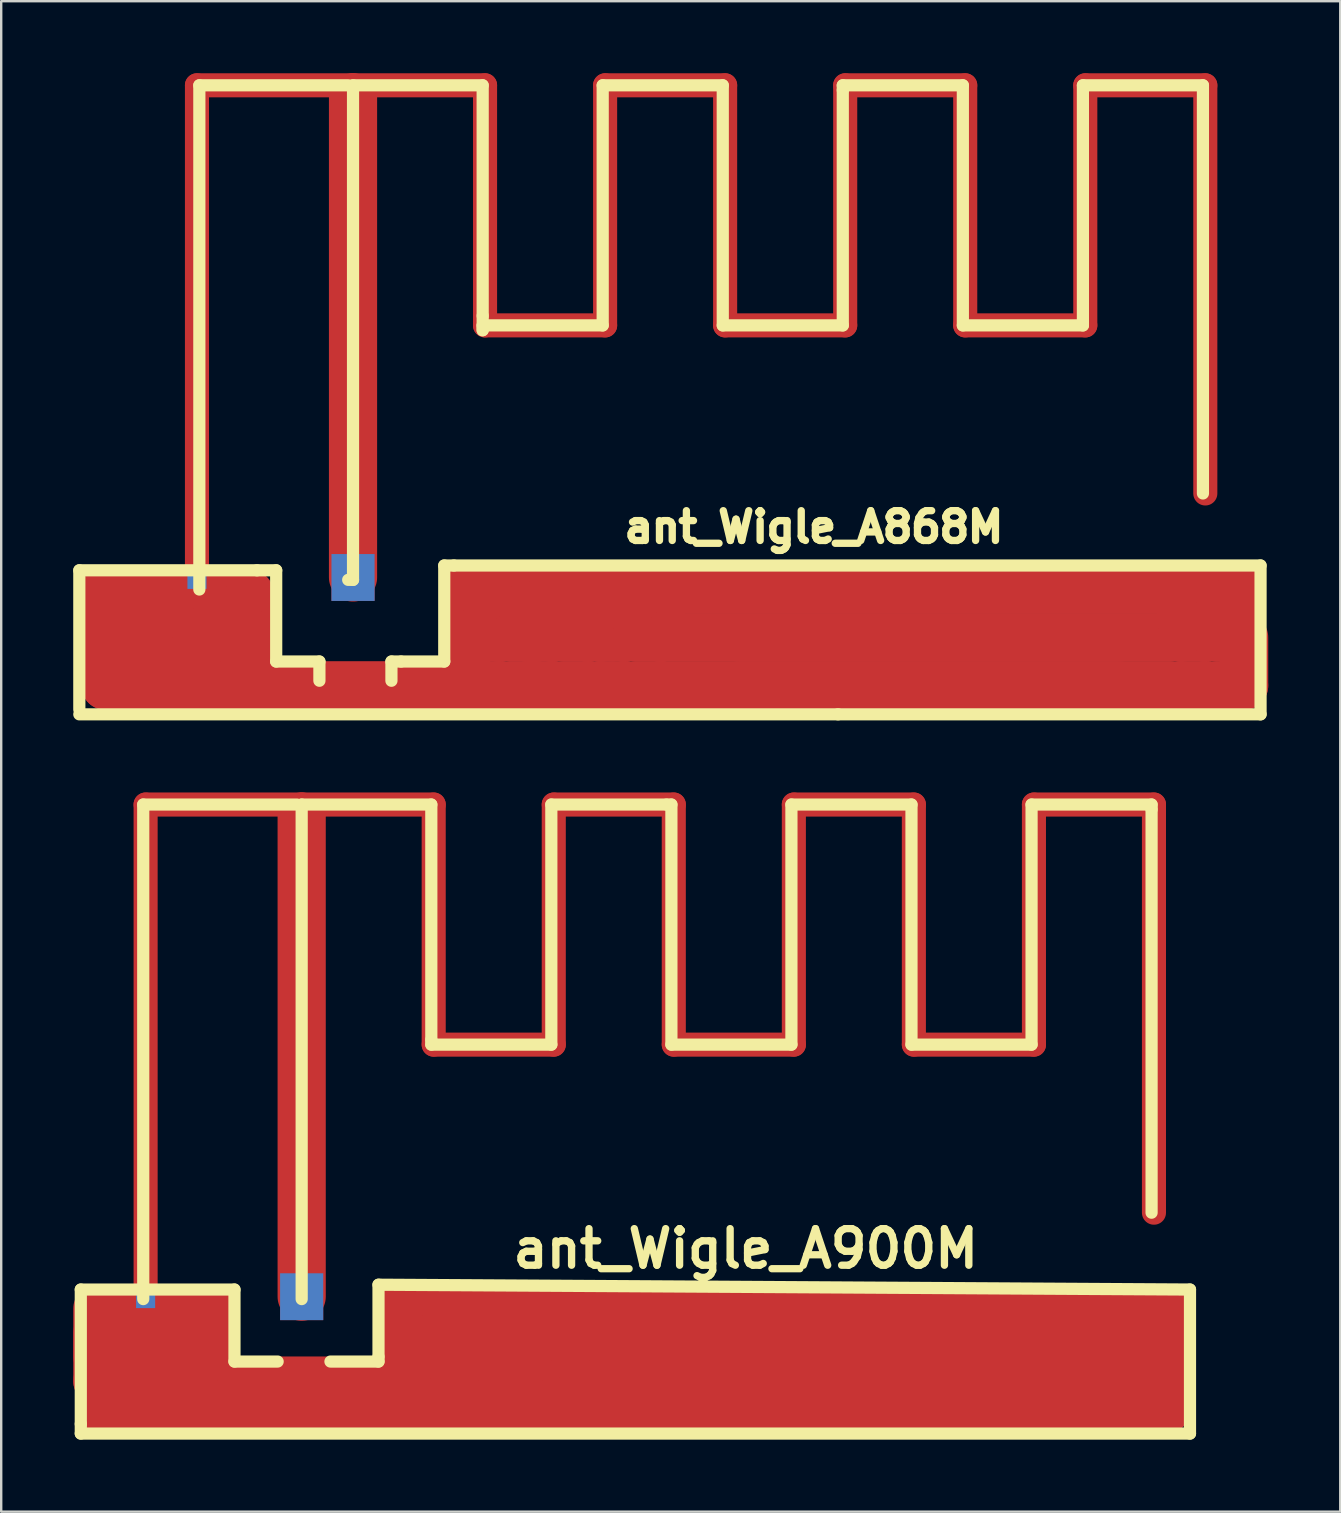
<source format=kicad_pcb>
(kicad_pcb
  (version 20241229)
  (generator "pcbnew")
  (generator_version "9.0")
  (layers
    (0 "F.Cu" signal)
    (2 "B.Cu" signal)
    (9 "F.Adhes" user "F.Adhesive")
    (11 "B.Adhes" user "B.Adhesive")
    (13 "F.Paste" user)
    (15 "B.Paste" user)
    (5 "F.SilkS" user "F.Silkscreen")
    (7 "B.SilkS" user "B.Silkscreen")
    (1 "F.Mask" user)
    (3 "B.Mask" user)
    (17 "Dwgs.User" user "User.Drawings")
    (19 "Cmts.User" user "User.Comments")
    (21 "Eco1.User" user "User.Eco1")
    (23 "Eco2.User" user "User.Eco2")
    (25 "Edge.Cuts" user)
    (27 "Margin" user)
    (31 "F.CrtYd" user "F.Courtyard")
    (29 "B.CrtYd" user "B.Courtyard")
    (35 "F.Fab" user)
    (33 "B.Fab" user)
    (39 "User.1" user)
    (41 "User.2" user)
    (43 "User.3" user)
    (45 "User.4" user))
  (footprint "ant_Wigle_A900M"
    (layer "F.Cu")
    (at 9.515 50.46)
    (property "Reference" "ant_Wigle_A900M" (at 18.499 -1.501 0) (layer "F.SilkS") (effects (font (size 1.524 1.524) (thickness 0.305))))
    (attr through_hole)
    (fp_line (start -8.499 1.001) (end -8.499 3) (stroke (width 2.032) (type solid)) (layer "F.Cu"))
    (fp_line (start -8.499 2.002) (end -8.499 4) (stroke (width 2.032) (type solid)) (layer "F.Cu"))
    (fp_line (start -8.499 4.006) (end 12.502 4.006) (stroke (width 2.032) (type solid)) (layer "F.Cu"))
    (fp_line (start -8.4 3.198) (end -8.4 5.197) (stroke (width 2.032) (type solid)) (layer "F.Cu"))
    (fp_line (start -8.298 5.204) (end 12.703 5.204) (stroke (width 2.032) (type solid)) (layer "F.Cu"))
    (fp_line (start -7 0.998) (end -8.001 0.998) (stroke (width 2.032) (type solid)) (layer "F.Cu"))
    (fp_line (start -6.899 1.001) (end -6.899 3) (stroke (width 2.032) (type solid)) (layer "F.Cu"))
    (fp_line (start -6.5 -20) (end -6.5 1.001) (stroke (width 1.003) (type solid)) (layer "F.Cu"))
    (fp_line (start -6.401 0.998) (end -5.4 0.998) (stroke (width 2.032) (type solid)) (layer "F.Cu"))
    (fp_line (start -5.1 1.001) (end -5.1 3) (stroke (width 2.032) (type solid)) (layer "F.Cu"))
    (fp_line (start -4.801 0.998) (end -3.8 0.998) (stroke (width 2.032) (type solid)) (layer "F.Cu"))
    (fp_line (start -3.701 1.003) (end -3.701 3.002) (stroke (width 2.032) (type solid)) (layer "F.Cu"))
    (fp_line (start 0 -20) (end -6.5 -20) (stroke (width 1.003) (type solid)) (layer "F.Cu"))
    (fp_line (start 0 -20) (end 5.499 -20) (stroke (width 1.003) (type solid)) (layer "F.Cu"))
    (fp_line (start 0 0.5) (end 0 -19.5) (stroke (width 2.007) (type solid)) (layer "F.Cu"))
    (fp_line (start 4 1.001) (end 4 3) (stroke (width 2.032) (type solid)) (layer "F.Cu"))
    (fp_line (start 5.199 0.998) (end 4.199 0.998) (stroke (width 2.032) (type solid)) (layer "F.Cu"))
    (fp_line (start 5.499 -20) (end 5.499 -10) (stroke (width 1.003) (type solid)) (layer "F.Cu"))
    (fp_line (start 5.499 -10) (end 10.5 -10) (stroke (width 1.003) (type solid)) (layer "F.Cu"))
    (fp_line (start 5.799 0.998) (end 5.799 2.997) (stroke (width 2.032) (type solid)) (layer "F.Cu"))
    (fp_line (start 7 0.998) (end 5.999 0.998) (stroke (width 2.032) (type solid)) (layer "F.Cu"))
    (fp_line (start 7.198 0.998) (end 7.198 2.997) (stroke (width 2.032) (type solid)) (layer "F.Cu"))
    (fp_line (start 8.4 0.998) (end 7.399 0.998) (stroke (width 2.032) (type solid)) (layer "F.Cu"))
    (fp_line (start 8.799 0.998) (end 8.799 2.997) (stroke (width 2.032) (type solid)) (layer "F.Cu"))
    (fp_line (start 10 0.998) (end 8.999 0.998) (stroke (width 2.032) (type solid)) (layer "F.Cu"))
    (fp_line (start 10.198 0.998) (end 10.198 2.997) (stroke (width 2.032) (type solid)) (layer "F.Cu"))
    (fp_line (start 10.5 -10) (end 10.5 -20) (stroke (width 1.003) (type solid)) (layer "F.Cu"))
    (fp_line (start 11.199 0.998) (end 10.198 0.998) (stroke (width 2.032) (type solid)) (layer "F.Cu"))
    (fp_line (start 11.4 0.998) (end 11.4 2.997) (stroke (width 2.032) (type solid)) (layer "F.Cu"))
    (fp_line (start 11.6 0.998) (end 12.601 0.998) (stroke (width 2.032) (type solid)) (layer "F.Cu"))
    (fp_line (start 12.799 0.998) (end 12.799 2.997) (stroke (width 2.032) (type solid)) (layer "F.Cu"))
    (fp_line (start 13 1.001) (end 34 1.001) (stroke (width 2.032) (type solid)) (layer "F.Cu"))
    (fp_line (start 13 3) (end 34 3) (stroke (width 2.032) (type solid)) (layer "F.Cu"))
    (fp_line (start 13.2 4.199) (end 34.201 4.199) (stroke (width 2.032) (type solid)) (layer "F.Cu"))
    (fp_line (start 13.2 5.199) (end 34.201 5.199) (stroke (width 2.032) (type solid)) (layer "F.Cu"))
    (fp_line (start 15.499 -20) (end 10.5 -20) (stroke (width 1.003) (type solid)) (layer "F.Cu"))
    (fp_line (start 15.499 -20) (end 15.499 -10) (stroke (width 1.003) (type solid)) (layer "F.Cu"))
    (fp_line (start 15.499 -10) (end 20.5 -10) (stroke (width 1.003) (type solid)) (layer "F.Cu"))
    (fp_line (start 20.5 -20) (end 25.499 -20) (stroke (width 1.003) (type solid)) (layer "F.Cu"))
    (fp_line (start 20.5 -10) (end 20.5 -20) (stroke (width 1.003) (type solid)) (layer "F.Cu"))
    (fp_line (start 25.499 -20) (end 25.499 -10) (stroke (width 1.003) (type solid)) (layer "F.Cu"))
    (fp_line (start 30.5 -20) (end 35.499 -20) (stroke (width 1.003) (type solid)) (layer "F.Cu"))
    (fp_line (start 30.5 -10) (end 25.499 -10) (stroke (width 1.003) (type solid)) (layer "F.Cu"))
    (fp_line (start 30.5 -10) (end 30.5 -20) (stroke (width 1.003) (type solid)) (layer "F.Cu"))
    (fp_line (start 34.501 1.001) (end 34.501 3) (stroke (width 2.032) (type solid)) (layer "F.Cu"))
    (fp_line (start 34.501 1.001) (end 35.502 1.001) (stroke (width 2.032) (type solid)) (layer "F.Cu"))
    (fp_line (start 34.701 2.2) (end 34.701 4.199) (stroke (width 2.032) (type solid)) (layer "F.Cu"))
    (fp_line (start 35.499 -20) (end 35.499 -3) (stroke (width 1.003) (type solid)) (layer "F.Cu"))
    (fp_line (start 35.499 0.998) (end 35.499 2.997) (stroke (width 2.032) (type solid)) (layer "F.Cu"))
    (fp_line (start 35.502 1.001) (end 35.502 3) (stroke (width 2.032) (type solid)) (layer "F.Cu"))
    (fp_line (start 35.502 3) (end 34.501 3) (stroke (width 2.032) (type solid)) (layer "F.Cu"))
    (fp_line (start 35.702 4.199) (end 34.701 4.199) (stroke (width 2.032) (type solid)) (layer "F.Cu"))
    (fp_line (start 35.702 5.199) (end 34.701 5.199) (stroke (width 2.032) (type solid)) (layer "F.Cu"))
    (fp_line (start 35.999 0.996) (end 35.999 2.995) (stroke (width 2.032) (type solid)) (layer "F.Cu"))
    (fp_line (start 35.999 3.198) (end 35.999 5.197) (stroke (width 2.032) (type solid)) (layer "F.Cu"))
    (fp_line (start -9.2 0.201) (end -9.2 5.799) (stroke (width 0.508) (type solid)) (layer "F.SilkS"))
    (fp_line (start -9.2 5.799) (end -9.2 6.2) (stroke (width 0.508) (type solid)) (layer "F.SilkS"))
    (fp_line (start -9.2 6.2) (end 37 6.2) (stroke (width 0.508) (type solid)) (layer "F.SilkS"))
    (fp_line (start -6.599 -20) (end -6.599 0.599) (stroke (width 0.508) (type solid)) (layer "F.SilkS"))
    (fp_line (start -2.799 0.201) (end -9.2 0.201) (stroke (width 0.508) (type solid)) (layer "F.SilkS"))
    (fp_line (start -2.799 3.2) (end -2.799 0.201) (stroke (width 0.508) (type solid)) (layer "F.SilkS"))
    (fp_line (start -1.001 3.2) (end -2.799 3.2) (stroke (width 0.508) (type solid)) (layer "F.SilkS"))
    (fp_line (start -0.201 -20) (end -6.599 -20) (stroke (width 0.508) (type solid)) (layer "F.SilkS"))
    (fp_line (start 0 -20) (end 5.4 -20) (stroke (width 0.508) (type solid)) (layer "F.SilkS"))
    (fp_line (start 0 0.599) (end 0 -20) (stroke (width 0.508) (type solid)) (layer "F.SilkS"))
    (fp_line (start 3.2 0) (end 3.2 3) (stroke (width 0.508) (type solid)) (layer "F.SilkS"))
    (fp_line (start 3.2 3) (end 3.2 3.2) (stroke (width 0.508) (type solid)) (layer "F.SilkS"))
    (fp_line (start 3.2 3.2) (end 1.199 3.2) (stroke (width 0.508) (type solid)) (layer "F.SilkS"))
    (fp_line (start 5.4 -20) (end 5.4 -10.201) (stroke (width 0.508) (type solid)) (layer "F.SilkS"))
    (fp_line (start 5.4 -10.201) (end 5.4 -10) (stroke (width 0.508) (type solid)) (layer "F.SilkS"))
    (fp_line (start 5.4 -10) (end 10.399 -10) (stroke (width 0.508) (type solid)) (layer "F.SilkS"))
    (fp_line (start 10.399 -20) (end 15.199 -20) (stroke (width 0.508) (type solid)) (layer "F.SilkS"))
    (fp_line (start 10.399 -10) (end 10.399 -20) (stroke (width 0.508) (type solid)) (layer "F.SilkS"))
    (fp_line (start 15.199 -20) (end 15.4 -20) (stroke (width 0.508) (type solid)) (layer "F.SilkS"))
    (fp_line (start 15.4 -20) (end 15.4 -10) (stroke (width 0.508) (type solid)) (layer "F.SilkS"))
    (fp_line (start 15.4 -10) (end 20.399 -10) (stroke (width 0.508) (type solid)) (layer "F.SilkS"))
    (fp_line (start 20.399 -20) (end 25.4 -20) (stroke (width 0.508) (type solid)) (layer "F.SilkS"))
    (fp_line (start 20.399 -10) (end 20.399 -20) (stroke (width 0.508) (type solid)) (layer "F.SilkS"))
    (fp_line (start 25.4 -20) (end 25.4 -10) (stroke (width 0.508) (type solid)) (layer "F.SilkS"))
    (fp_line (start 25.4 -10) (end 30.401 -10) (stroke (width 0.508) (type solid)) (layer "F.SilkS"))
    (fp_line (start 30.401 -20) (end 35.4 -20) (stroke (width 0.508) (type solid)) (layer "F.SilkS"))
    (fp_line (start 30.401 -10) (end 30.401 -20) (stroke (width 0.508) (type solid)) (layer "F.SilkS"))
    (fp_line (start 35.4 -20) (end 35.4 -19.799) (stroke (width 0.508) (type solid)) (layer "F.SilkS"))
    (fp_line (start 35.4 -19.799) (end 35.4 -3) (stroke (width 0.508) (type solid)) (layer "F.SilkS"))
    (fp_line (start 37 0.201) (end 3.2 0) (stroke (width 0.508) (type solid)) (layer "F.SilkS"))
    (fp_line (start 37 6.2) (end 37 0.201) (stroke (width 0.508) (type solid)) (layer "F.SilkS"))
    (pad "1" smd rect (at 0 0.5) (size 1.796 1.951) (layers "*.Cu" "F.Mask" "F.Paste"))
    (pad "2" smd rect (at -6.5 0.5) (size 0.795 0.95) (layers "*.Cu" "F.Mask" "F.Paste")))
  (footprint "ant_Wigle_A868M"
    (layer "F.Cu")
    (at 11.654 20.503)
    (property "Reference" "ant_Wigle_A868M" (at 19.2 -1.6 0) (layer "F.SilkS") (effects (font (size 1.24 1.24) (thickness 0.305))))
    (attr through_hole)
    (fp_line (start -10.3 1.001) (end -10.3 3) (stroke (width 2.032) (type solid)) (layer "F.Cu"))
    (fp_line (start -10.3 3.002) (end -10.3 5.001) (stroke (width 2.032) (type solid)) (layer "F.Cu"))
    (fp_line (start -10.297 5.004) (end 10.704 5.004) (stroke (width 2.032) (type solid)) (layer "F.Cu"))
    (fp_line (start -10.099 1.003) (end -9.098 1.003) (stroke (width 2.032) (type solid)) (layer "F.Cu"))
    (fp_line (start -8.499 1.001) (end -8.499 3) (stroke (width 2.032) (type solid)) (layer "F.Cu"))
    (fp_line (start -8.499 3.002) (end -8.499 5.001) (stroke (width 2.032) (type solid)) (layer "F.Cu"))
    (fp_line (start -8.095 1.003) (end -7.094 1.003) (stroke (width 2.032) (type solid)) (layer "F.Cu"))
    (fp_line (start -6.899 1.001) (end -6.899 3) (stroke (width 2.032) (type solid)) (layer "F.Cu"))
    (fp_line (start -6.899 3.002) (end -6.899 5.001) (stroke (width 2.032) (type solid)) (layer "F.Cu"))
    (fp_line (start -6.5 -20) (end -6.5 1.001) (stroke (width 1.003) (type solid)) (layer "F.Cu"))
    (fp_line (start -6.497 0.998) (end -6.497 2.997) (stroke (width 2.032) (type solid)) (layer "F.Cu"))
    (fp_line (start -6.495 1.001) (end -6.495 3) (stroke (width 2.032) (type solid)) (layer "F.Cu"))
    (fp_line (start -5.999 4.003) (end -4.999 4.003) (stroke (width 2.032) (type solid)) (layer "F.Cu"))
    (fp_line (start -5.997 1.001) (end -4.996 1.001) (stroke (width 2.032) (type solid)) (layer "F.Cu"))
    (fp_line (start -5.298 1.001) (end -5.298 3) (stroke (width 2.032) (type solid)) (layer "F.Cu"))
    (fp_line (start -4.3 1.201) (end -4.3 3.2) (stroke (width 2.032) (type solid)) (layer "F.Cu"))
    (fp_line (start -4.3 2.799) (end -4.3 4.798) (stroke (width 2.032) (type solid)) (layer "F.Cu"))
    (fp_line (start 0 -20) (end -6.5 -20) (stroke (width 1.003) (type solid)) (layer "F.Cu"))
    (fp_line (start 0 -20) (end 5.499 -20) (stroke (width 1.003) (type solid)) (layer "F.Cu"))
    (fp_line (start 0 0.5) (end 0 -19.5) (stroke (width 2.007) (type solid)) (layer "F.Cu"))
    (fp_line (start 4.699 1.003) (end 4.699 3.002) (stroke (width 2.032) (type solid)) (layer "F.Cu"))
    (fp_line (start 4.702 3.002) (end 4.702 5.001) (stroke (width 2.032) (type solid)) (layer "F.Cu"))
    (fp_line (start 5.103 1.001) (end 6.104 1.001) (stroke (width 2.032) (type solid)) (layer "F.Cu"))
    (fp_line (start 5.499 -20) (end 5.499 -10) (stroke (width 1.003) (type solid)) (layer "F.Cu"))
    (fp_line (start 5.499 -10) (end 10.5 -10) (stroke (width 1.003) (type solid)) (layer "F.Cu"))
    (fp_line (start 6.101 0.998) (end 6.101 2.997) (stroke (width 2.032) (type solid)) (layer "F.Cu"))
    (fp_line (start 6.104 1.001) (end 6.104 3) (stroke (width 2.032) (type solid)) (layer "F.Cu"))
    (fp_line (start 6.104 3) (end 5.103 3) (stroke (width 2.032) (type solid)) (layer "F.Cu"))
    (fp_line (start 6.601 1.001) (end 7.602 1.001) (stroke (width 2.032) (type solid)) (layer "F.Cu"))
    (fp_line (start 7.3 1.001) (end 7.3 3) (stroke (width 2.032) (type solid)) (layer "F.Cu"))
    (fp_line (start 7.3 1.001) (end 8.301 1.001) (stroke (width 2.032) (type solid)) (layer "F.Cu"))
    (fp_line (start 7.6 0.998) (end 7.6 2.997) (stroke (width 2.032) (type solid)) (layer "F.Cu"))
    (fp_line (start 7.602 1.001) (end 7.602 3) (stroke (width 2.032) (type solid)) (layer "F.Cu"))
    (fp_line (start 7.602 3) (end 6.601 3) (stroke (width 2.032) (type solid)) (layer "F.Cu"))
    (fp_line (start 8.298 0.998) (end 8.298 2.997) (stroke (width 2.032) (type solid)) (layer "F.Cu"))
    (fp_line (start 8.301 1.001) (end 8.301 3) (stroke (width 2.032) (type solid)) (layer "F.Cu"))
    (fp_line (start 8.301 3) (end 7.3 3) (stroke (width 2.032) (type solid)) (layer "F.Cu"))
    (fp_line (start 8.799 1.001) (end 9.799 1.001) (stroke (width 2.032) (type solid)) (layer "F.Cu"))
    (fp_line (start 9.797 0.998) (end 9.797 2.997) (stroke (width 2.032) (type solid)) (layer "F.Cu"))
    (fp_line (start 9.799 1.001) (end 9.799 3) (stroke (width 2.032) (type solid)) (layer "F.Cu"))
    (fp_line (start 9.799 3) (end 8.799 3) (stroke (width 2.032) (type solid)) (layer "F.Cu"))
    (fp_line (start 10.302 1.001) (end 10.302 3) (stroke (width 2.032) (type solid)) (layer "F.Cu"))
    (fp_line (start 10.302 1.001) (end 11.303 1.001) (stroke (width 2.032) (type solid)) (layer "F.Cu"))
    (fp_line (start 10.5 -10) (end 10.5 -20) (stroke (width 1.003) (type solid)) (layer "F.Cu"))
    (fp_line (start 10.899 5.006) (end 31.9 5.006) (stroke (width 2.032) (type solid)) (layer "F.Cu"))
    (fp_line (start 11.3 0.998) (end 11.3 2.997) (stroke (width 2.032) (type solid)) (layer "F.Cu"))
    (fp_line (start 11.303 1.001) (end 11.303 3) (stroke (width 2.032) (type solid)) (layer "F.Cu"))
    (fp_line (start 11.303 3) (end 10.302 3) (stroke (width 2.032) (type solid)) (layer "F.Cu"))
    (fp_line (start 11.801 1.001) (end 12.802 1.001) (stroke (width 2.032) (type solid)) (layer "F.Cu"))
    (fp_line (start 12.799 0.998) (end 12.799 2.997) (stroke (width 2.032) (type solid)) (layer "F.Cu"))
    (fp_line (start 12.802 1.001) (end 12.802 3) (stroke (width 2.032) (type solid)) (layer "F.Cu"))
    (fp_line (start 12.802 3) (end 11.801 3) (stroke (width 2.032) (type solid)) (layer "F.Cu"))
    (fp_line (start 13 1.001) (end 34 1.001) (stroke (width 2.032) (type solid)) (layer "F.Cu"))
    (fp_line (start 13 3) (end 34 3) (stroke (width 2.032) (type solid)) (layer "F.Cu"))
    (fp_line (start 15.499 -20) (end 10.5 -20) (stroke (width 1.003) (type solid)) (layer "F.Cu"))
    (fp_line (start 15.499 -20) (end 15.499 -10) (stroke (width 1.003) (type solid)) (layer "F.Cu"))
    (fp_line (start 15.499 -10) (end 20.5 -10) (stroke (width 1.003) (type solid)) (layer "F.Cu"))
    (fp_line (start 16.101 5.006) (end 37.102 5.006) (stroke (width 2.032) (type solid)) (layer "F.Cu"))
    (fp_line (start 20.5 -20) (end 25.499 -20) (stroke (width 1.003) (type solid)) (layer "F.Cu"))
    (fp_line (start 20.5 -10) (end 20.5 -20) (stroke (width 1.003) (type solid)) (layer "F.Cu"))
    (fp_line (start 25.499 -20) (end 25.499 -10) (stroke (width 1.003) (type solid)) (layer "F.Cu"))
    (fp_line (start 30.5 -20) (end 35.499 -20) (stroke (width 1.003) (type solid)) (layer "F.Cu"))
    (fp_line (start 30.5 -10) (end 25.499 -10) (stroke (width 1.003) (type solid)) (layer "F.Cu"))
    (fp_line (start 30.5 -10) (end 30.5 -20) (stroke (width 1.003) (type solid)) (layer "F.Cu"))
    (fp_line (start 34.501 1.001) (end 34.501 3) (stroke (width 2.032) (type solid)) (layer "F.Cu"))
    (fp_line (start 34.501 1.001) (end 35.502 1.001) (stroke (width 2.032) (type solid)) (layer "F.Cu"))
    (fp_line (start 35.499 -20) (end 35.499 -3) (stroke (width 1.003) (type solid)) (layer "F.Cu"))
    (fp_line (start 35.499 0.998) (end 35.499 2.997) (stroke (width 2.032) (type solid)) (layer "F.Cu"))
    (fp_line (start 35.502 1.001) (end 35.502 3) (stroke (width 2.032) (type solid)) (layer "F.Cu"))
    (fp_line (start 35.502 3) (end 34.501 3) (stroke (width 2.032) (type solid)) (layer "F.Cu"))
    (fp_line (start 35.999 1.001) (end 37 1.001) (stroke (width 2.032) (type solid)) (layer "F.Cu"))
    (fp_line (start 36.998 0.998) (end 36.998 2.997) (stroke (width 2.032) (type solid)) (layer "F.Cu"))
    (fp_line (start 37 1.001) (end 37 3) (stroke (width 2.032) (type solid)) (layer "F.Cu"))
    (fp_line (start 37 3) (end 35.999 3) (stroke (width 2.032) (type solid)) (layer "F.Cu"))
    (fp_line (start 37.104 3) (end 37.104 4.999) (stroke (width 2.032) (type solid)) (layer "F.Cu"))
    (fp_line (start -11.4 0.201) (end -11.4 5.999) (stroke (width 0.508) (type solid)) (layer "F.SilkS"))
    (fp_line (start -11.4 6.2) (end 20.201 6.2) (stroke (width 0.508) (type solid)) (layer "F.SilkS"))
    (fp_line (start -6.401 -20) (end -6.401 1.001) (stroke (width 0.508) (type solid)) (layer "F.SilkS"))
    (fp_line (start -4 0.201) (end -11.4 0.201) (stroke (width 0.508) (type solid)) (layer "F.SilkS"))
    (fp_line (start -4 0.201) (end -3.2 0.201) (stroke (width 0.508) (type solid)) (layer "F.SilkS"))
    (fp_line (start -3.2 0.201) (end -3.2 4) (stroke (width 0.508) (type solid)) (layer "F.SilkS"))
    (fp_line (start -3.2 4) (end -1.4 4) (stroke (width 0.508) (type solid)) (layer "F.SilkS"))
    (fp_line (start -1.4 4) (end -1.4 4.801) (stroke (width 0.508) (type solid)) (layer "F.SilkS"))
    (fp_line (start -0.201 -20) (end -6.401 -20) (stroke (width 0.508) (type solid)) (layer "F.SilkS"))
    (fp_line (start -0.201 0.599) (end 0 0.599) (stroke (width 0.508) (type solid)) (layer "F.SilkS"))
    (fp_line (start 0 -20) (end 5.4 -20) (stroke (width 0.508) (type solid)) (layer "F.SilkS"))
    (fp_line (start 0 -19.799) (end 0 -20) (stroke (width 0.508) (type solid)) (layer "F.SilkS"))
    (fp_line (start 0 0.599) (end 0 -19.799) (stroke (width 0.508) (type solid)) (layer "F.SilkS"))
    (fp_line (start 1.6 4) (end 1.6 4.801) (stroke (width 0.508) (type solid)) (layer "F.SilkS"))
    (fp_line (start 1.999 4) (end 1.6 4) (stroke (width 0.508) (type solid)) (layer "F.SilkS"))
    (fp_line (start 3.8 0) (end 3.8 4) (stroke (width 0.508) (type solid)) (layer "F.SilkS"))
    (fp_line (start 3.8 4) (end 1.999 4) (stroke (width 0.508) (type solid)) (layer "F.SilkS"))
    (fp_line (start 4.201 0) (end 3.8 0) (stroke (width 0.508) (type solid)) (layer "F.SilkS"))
    (fp_line (start 5.4 -20) (end 5.4 -10.399) (stroke (width 0.508) (type solid)) (layer "F.SilkS"))
    (fp_line (start 5.4 -10.399) (end 5.4 -9.799) (stroke (width 0.508) (type solid)) (layer "F.SilkS"))
    (fp_line (start 5.4 -10) (end 10.399 -10) (stroke (width 0.508) (type solid)) (layer "F.SilkS"))
    (fp_line (start 5.4 -9.799) (end 5.4 -10) (stroke (width 0.508) (type solid)) (layer "F.SilkS"))
    (fp_line (start 10.399 -20) (end 15.4 -20) (stroke (width 0.508) (type solid)) (layer "F.SilkS"))
    (fp_line (start 10.399 -10) (end 10.399 -20) (stroke (width 0.508) (type solid)) (layer "F.SilkS"))
    (fp_line (start 15.4 -20) (end 15.4 -10) (stroke (width 0.508) (type solid)) (layer "F.SilkS"))
    (fp_line (start 15.4 -10) (end 20.399 -10) (stroke (width 0.508) (type solid)) (layer "F.SilkS"))
    (fp_line (start 20.201 6.2) (end 37.8 6.2) (stroke (width 0.508) (type solid)) (layer "F.SilkS"))
    (fp_line (start 20.399 -20) (end 25.4 -20) (stroke (width 0.508) (type solid)) (layer "F.SilkS"))
    (fp_line (start 20.399 -19.799) (end 20.399 -20) (stroke (width 0.508) (type solid)) (layer "F.SilkS"))
    (fp_line (start 20.399 -10) (end 20.399 -19.799) (stroke (width 0.508) (type solid)) (layer "F.SilkS"))
    (fp_line (start 25.4 -20) (end 25.4 -10) (stroke (width 0.508) (type solid)) (layer "F.SilkS"))
    (fp_line (start 25.4 -10) (end 30.401 -10) (stroke (width 0.508) (type solid)) (layer "F.SilkS"))
    (fp_line (start 30.401 -20) (end 35.4 -20) (stroke (width 0.508) (type solid)) (layer "F.SilkS"))
    (fp_line (start 30.401 -10) (end 30.401 -20) (stroke (width 0.508) (type solid)) (layer "F.SilkS"))
    (fp_line (start 35.4 -20) (end 35.4 -3) (stroke (width 0.508) (type solid)) (layer "F.SilkS"))
    (fp_line (start 37.8 0) (end 4.201 0) (stroke (width 0.508) (type solid)) (layer "F.SilkS"))
    (fp_line (start 37.8 6.2) (end 37.8 0) (stroke (width 0.508) (type solid)) (layer "F.SilkS"))
    (pad "1" smd rect (at 0 0.5) (size 1.796 1.951) (layers "*.Cu" "F.Mask" "F.Paste"))
    (pad "2" smd rect (at -6.5 0.5) (size 0.795 0.95) (layers "*.Cu" "F.Mask" "F.Paste")))
  (gr_rect
    (start -3 -3)
    (end 52.774 59.914)
    (stroke (width 0.1) (type default))
    (fill no)
    (layer "Edge.Cuts")))
</source>
